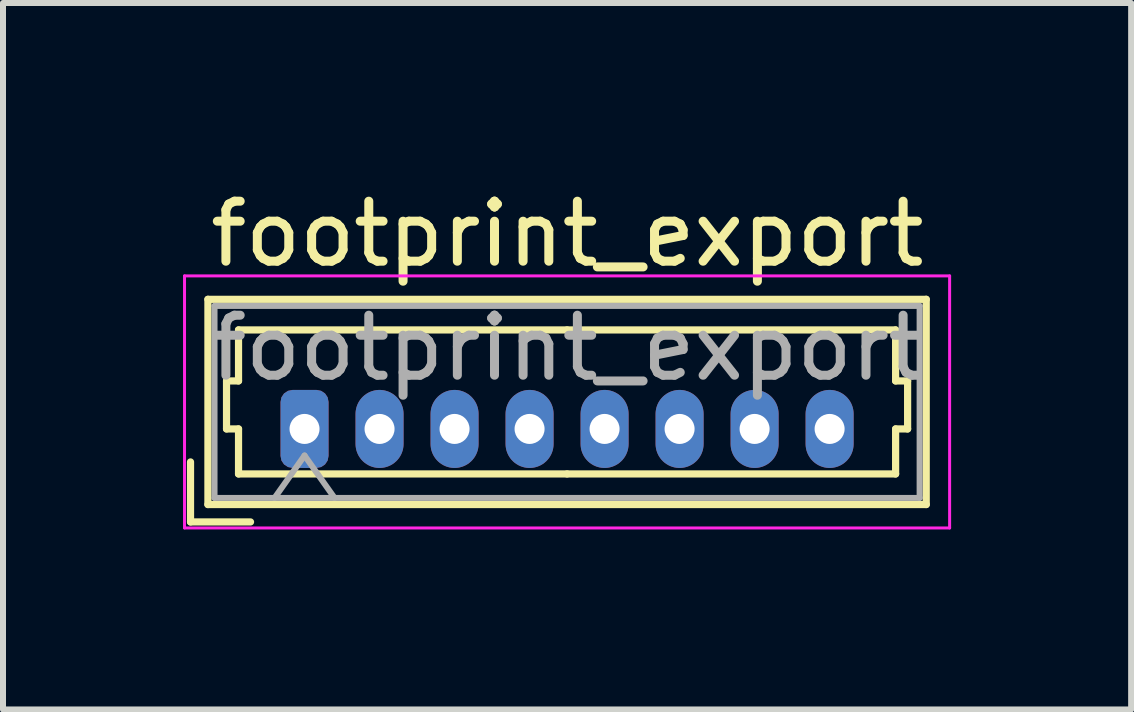
<source format=kicad_pcb>
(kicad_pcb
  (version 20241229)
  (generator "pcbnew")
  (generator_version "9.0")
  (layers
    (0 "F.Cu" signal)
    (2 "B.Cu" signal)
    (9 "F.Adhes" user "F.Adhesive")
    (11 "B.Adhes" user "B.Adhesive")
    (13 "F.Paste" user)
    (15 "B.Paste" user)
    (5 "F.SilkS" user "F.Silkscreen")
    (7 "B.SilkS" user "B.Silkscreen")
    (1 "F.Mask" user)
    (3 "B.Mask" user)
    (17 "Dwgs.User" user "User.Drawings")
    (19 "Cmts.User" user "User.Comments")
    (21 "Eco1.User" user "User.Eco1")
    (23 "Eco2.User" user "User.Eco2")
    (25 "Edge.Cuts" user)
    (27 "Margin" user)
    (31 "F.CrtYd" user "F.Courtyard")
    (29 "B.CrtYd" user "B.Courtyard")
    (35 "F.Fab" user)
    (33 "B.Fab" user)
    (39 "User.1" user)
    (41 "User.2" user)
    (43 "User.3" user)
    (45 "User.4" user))
  (footprint "footprint_export"
    (layer "F.Cu")
    (at 2.025 4.098)
    (property "Reference" "footprint_export" (at 4.38 -3.25 0) (layer "F.SilkS") (effects (font (size 1 1) (thickness 0.15))))
    (attr through_hole)
    (fp_line (start -1.9 1.55) (end -1.9 0.55) (stroke (width 0.12) (type solid)) (layer "F.SilkS"))
    (fp_line (start -1.9 1.55) (end -0.9 1.55) (stroke (width 0.12) (type solid)) (layer "F.SilkS"))
    (fp_line (start -1.61 -2.16) (end -1.61 1.26) (stroke (width 0.12) (type solid)) (layer "F.SilkS"))
    (fp_line (start -1.61 1.26) (end 10.36 1.26) (stroke (width 0.12) (type solid)) (layer "F.SilkS"))
    (fp_line (start -1.3 -0.8) (end -1.1 -0.8) (stroke (width 0.12) (type solid)) (layer "F.SilkS"))
    (fp_line (start -1.3 0) (end -1.3 -0.8) (stroke (width 0.12) (type solid)) (layer "F.SilkS"))
    (fp_line (start -1.1 -1.65) (end 4.375 -1.65) (stroke (width 0.12) (type solid)) (layer "F.SilkS"))
    (fp_line (start -1.1 -0.8) (end -1.1 -1.65) (stroke (width 0.12) (type solid)) (layer "F.SilkS"))
    (fp_line (start -1.1 0) (end -1.3 0) (stroke (width 0.12) (type solid)) (layer "F.SilkS"))
    (fp_line (start -1.1 0.75) (end -1.1 0) (stroke (width 0.12) (type solid)) (layer "F.SilkS"))
    (fp_line (start 4.375 0.75) (end -1.1 0.75) (stroke (width 0.12) (type solid)) (layer "F.SilkS"))
    (fp_line (start 4.375 0.75) (end 9.85 0.75) (stroke (width 0.12) (type solid)) (layer "F.SilkS"))
    (fp_line (start 9.85 -1.65) (end 4.375 -1.65) (stroke (width 0.12) (type solid)) (layer "F.SilkS"))
    (fp_line (start 9.85 -0.8) (end 9.85 -1.65) (stroke (width 0.12) (type solid)) (layer "F.SilkS"))
    (fp_line (start 9.85 0) (end 10.05 0) (stroke (width 0.12) (type solid)) (layer "F.SilkS"))
    (fp_line (start 9.85 0.75) (end 9.85 0) (stroke (width 0.12) (type solid)) (layer "F.SilkS"))
    (fp_line (start 10.05 -0.8) (end 9.85 -0.8) (stroke (width 0.12) (type solid)) (layer "F.SilkS"))
    (fp_line (start 10.05 0) (end 10.05 -0.8) (stroke (width 0.12) (type solid)) (layer "F.SilkS"))
    (fp_line (start 10.36 -2.16) (end -1.61 -2.16) (stroke (width 0.12) (type solid)) (layer "F.SilkS"))
    (fp_line (start 10.36 1.26) (end 10.36 -2.16) (stroke (width 0.12) (type solid)) (layer "F.SilkS"))
    (fp_line (start -2 -2.55) (end -2 1.65) (stroke (width 0.05) (type solid)) (layer "F.CrtYd"))
    (fp_line (start -2 1.65) (end 10.75 1.65) (stroke (width 0.05) (type solid)) (layer "F.CrtYd"))
    (fp_line (start 10.75 -2.55) (end -2 -2.55) (stroke (width 0.05) (type solid)) (layer "F.CrtYd"))
    (fp_line (start 10.75 1.65) (end 10.75 -2.55) (stroke (width 0.05) (type solid)) (layer "F.CrtYd"))
    (fp_line (start -1.5 -2.05) (end -1.5 1.15) (stroke (width 0.1) (type solid)) (layer "F.Fab"))
    (fp_line (start -1.5 1.15) (end 10.25 1.15) (stroke (width 0.1) (type solid)) (layer "F.Fab"))
    (fp_line (start -0.5 1.15) (end 0 0.443) (stroke (width 0.1) (type solid)) (layer "F.Fab"))
    (fp_line (start 0 0.443) (end 0.5 1.15) (stroke (width 0.1) (type solid)) (layer "F.Fab"))
    (fp_line (start 10.25 -2.05) (end -1.5 -2.05) (stroke (width 0.1) (type solid)) (layer "F.Fab"))
    (fp_line (start 10.25 1.15) (end 10.25 -2.05) (stroke (width 0.1) (type solid)) (layer "F.Fab"))
    (fp_text user "${REFERENCE}" (at 4.38 -1.35 0) (layer "F.Fab") (effects (font (size 1 1) (thickness 0.15))))
    (pad "1" thru_hole roundrect (at 0 0) (size 0.8 1.3) (drill 0.5) (layers "*.Cu" "*.Mask") (roundrect_rratio 0.25))
    (pad "2" thru_hole oval (at 1.25 0) (size 0.8 1.3) (drill 0.5) (layers "*.Cu" "*.Mask"))
    (pad "3" thru_hole oval (at 2.5 0) (size 0.8 1.3) (drill 0.5) (layers "*.Cu" "*.Mask"))
    (pad "4" thru_hole oval (at 3.75 0) (size 0.8 1.3) (drill 0.5) (layers "*.Cu" "*.Mask"))
    (pad "5" thru_hole oval (at 5 0) (size 0.8 1.3) (drill 0.5) (layers "*.Cu" "*.Mask"))
    (pad "6" thru_hole oval (at 6.25 0) (size 0.8 1.3) (drill 0.5) (layers "*.Cu" "*.Mask"))
    (pad "7" thru_hole oval (at 7.5 0) (size 0.8 1.3) (drill 0.5) (layers "*.Cu" "*.Mask"))
    (pad "8" thru_hole oval (at 8.75 0) (size 0.8 1.3) (drill 0.5) (layers "*.Cu" "*.Mask")))
  (gr_rect
    (start -3 -3)
    (end 15.8 8.773)
    (stroke (width 0.1) (type default))
    (fill no)
    (layer "Edge.Cuts")))
</source>
